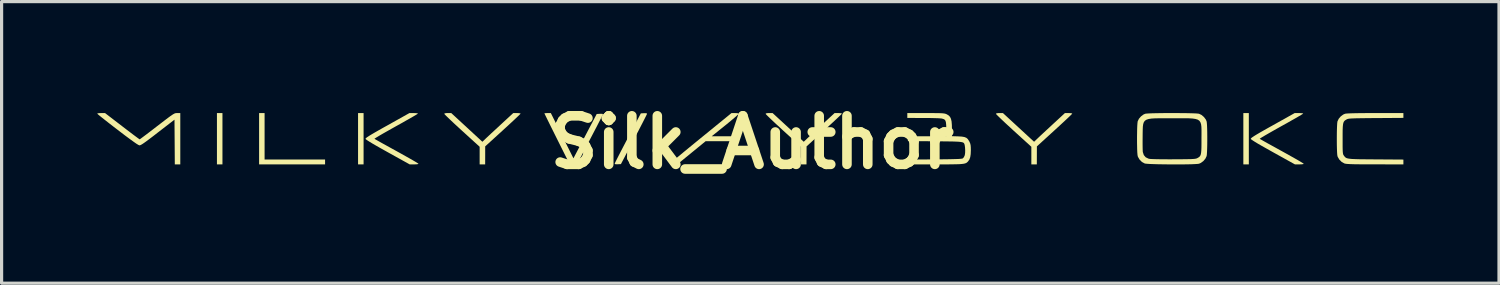
<source format=kicad_pcb>
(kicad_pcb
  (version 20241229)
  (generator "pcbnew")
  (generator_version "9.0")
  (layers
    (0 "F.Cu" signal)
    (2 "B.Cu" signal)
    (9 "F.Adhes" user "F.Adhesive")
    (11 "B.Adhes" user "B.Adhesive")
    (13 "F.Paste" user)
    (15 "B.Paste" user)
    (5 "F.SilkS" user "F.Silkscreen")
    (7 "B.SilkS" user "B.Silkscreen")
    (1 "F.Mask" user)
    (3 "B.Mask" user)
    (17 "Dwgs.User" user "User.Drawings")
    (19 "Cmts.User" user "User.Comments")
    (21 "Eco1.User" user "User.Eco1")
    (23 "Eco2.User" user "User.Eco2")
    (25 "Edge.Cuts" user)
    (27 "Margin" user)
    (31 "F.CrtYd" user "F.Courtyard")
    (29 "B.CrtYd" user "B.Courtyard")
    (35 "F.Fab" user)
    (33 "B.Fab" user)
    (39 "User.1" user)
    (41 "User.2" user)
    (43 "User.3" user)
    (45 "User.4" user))
  (footprint "Silk_Author"
    (layer "F.Cu")
    (at 20.55 1.418)
    (property "Reference" "Silk_Author" (at 0 0 0) (layer "F.SilkS") (effects (font (size 1.524 1.524) (thickness 0.3))))
    (attr board_only exclude_from_pos_files exclude_from_bom)
    (fp_poly (pts (xy -16.62 0.69) (xy -16.793 0.69) (xy -16.793 -0.92) (xy -16.62 -0.92)) (stroke (width 0) (type solid)) (fill yes) (layer "F.SilkS"))
    (fp_poly (pts (xy -12.192 0.69) (xy -12.365 0.69) (xy -12.365 -0.92) (xy -12.192 -0.92)) (stroke (width 0) (type solid)) (fill yes) (layer "F.SilkS"))
    (fp_poly (pts (xy 15.585 0.69) (xy 15.413 0.69) (xy 15.413 -0.92) (xy 15.585 -0.92)) (stroke (width 0) (type solid)) (fill yes) (layer "F.SilkS"))
    (fp_poly (pts (xy -15.298 0.537) (xy -13.4 0.537) (xy -13.4 0.69) (xy -15.47 0.69) (xy -15.47 -0.92) (xy -15.298 -0.92)) (stroke (width 0) (type solid)) (fill yes) (layer "F.SilkS"))
    (fp_poly (pts (xy -3.303 -0.908) (xy -3.298 -0.897) (xy -3.307 -0.876) (xy -3.332 -0.824) (xy -3.372 -0.745) (xy -3.424 -0.642) (xy -3.487 -0.52) (xy -3.558 -0.382) (xy -3.638 -0.23) (xy -3.708 -0.096) (xy -4.117 0.681) (xy -4.215 0.686) (xy -4.277 0.687) (xy -4.308 0.678) (xy -4.312 0.667) (xy -4.304 0.646) (xy -4.279 0.594) (xy -4.239 0.515) (xy -4.187 0.413) (xy -4.124 0.29) (xy -4.052 0.152) (xy -3.973 0.001) (xy -3.902 -0.134) (xy -3.492 -0.911) (xy -3.394 -0.916) (xy -3.333 -0.917)) (stroke (width 0) (type solid)) (fill yes) (layer "F.SilkS"))
    (fp_poly (pts (xy -5.607 0.499) (xy -5.242 -0.196) (xy -4.877 -0.891) (xy -4.777 -0.897) (xy -4.722 -0.898) (xy -4.686 -0.893) (xy -4.678 -0.888) (xy -4.687 -0.868) (xy -4.712 -0.818) (xy -4.751 -0.741) (xy -4.803 -0.64) (xy -4.865 -0.519) (xy -4.937 -0.381) (xy -5.015 -0.231) (xy -5.086 -0.096) (xy -5.492 0.681) (xy -5.722 0.692) (xy -6.12 -0.105) (xy -6.201 -0.267) (xy -6.276 -0.418) (xy -6.344 -0.555) (xy -6.403 -0.675) (xy -6.452 -0.774) (xy -6.488 -0.848) (xy -6.511 -0.895) (xy -6.518 -0.911) (xy -6.5 -0.916) (xy -6.456 -0.919) (xy -6.417 -0.92) (xy -6.316 -0.92)) (stroke (width 0) (type solid)) (fill yes) (layer "F.SilkS"))
    (fp_poly (pts (xy -0.464 -0.917) (xy -0.429 -0.907) (xy -0.423 -0.896) (xy -0.438 -0.878) (xy -0.479 -0.84) (xy -0.542 -0.784) (xy -0.624 -0.715) (xy -0.721 -0.634) (xy -0.828 -0.546) (xy -0.846 -0.532) (xy -1.269 -0.192) (xy -0.479 -0.192) (xy -0.479 -0.038) (xy -1.458 -0.038) (xy -1.903 0.326) (xy -2.348 0.689) (xy -2.47 0.69) (xy -2.535 0.687) (xy -2.575 0.68) (xy -2.585 0.671) (xy -2.569 0.656) (xy -2.526 0.619) (xy -2.459 0.562) (xy -2.369 0.487) (xy -2.259 0.396) (xy -2.132 0.291) (xy -1.99 0.174) (xy -1.836 0.048) (xy -1.672 -0.086) (xy -1.613 -0.134) (xy -0.648 -0.92) (xy -0.535 -0.92)) (stroke (width 0) (type solid)) (fill yes) (layer "F.SilkS"))
    (fp_poly (pts (xy 1.62 -0.02) (xy 1.716 -0.112) (xy 1.756 -0.15) (xy 1.819 -0.21) (xy 1.901 -0.286) (xy 1.996 -0.374) (xy 2.1 -0.47) (xy 2.199 -0.562) (xy 2.587 -0.92) (xy 2.703 -0.92) (xy 2.763 -0.918) (xy 2.805 -0.911) (xy 2.818 -0.904) (xy 2.804 -0.887) (xy 2.765 -0.848) (xy 2.704 -0.789) (xy 2.623 -0.713) (xy 2.526 -0.623) (xy 2.416 -0.521) (xy 2.296 -0.411) (xy 2.263 -0.381) (xy 1.708 0.125) (xy 1.707 0.407) (xy 1.706 0.69) (xy 1.534 0.69) (xy 1.534 0.137) (xy 0.979 -0.367) (xy 0.857 -0.48) (xy 0.743 -0.584) (xy 0.642 -0.679) (xy 0.557 -0.76) (xy 0.49 -0.825) (xy 0.445 -0.87) (xy 0.424 -0.894) (xy 0.423 -0.896) (xy 0.438 -0.911) (xy 0.486 -0.919) (xy 0.532 -0.92) (xy 0.643 -0.92)) (stroke (width 0) (type solid)) (fill yes) (layer "F.SilkS"))
    (fp_poly (pts (xy 8.847 -0.02) (xy 8.943 -0.112) (xy 8.983 -0.15) (xy 9.046 -0.21) (xy 9.128 -0.286) (xy 9.223 -0.374) (xy 9.327 -0.47) (xy 9.426 -0.562) (xy 9.814 -0.92) (xy 9.93 -0.92) (xy 9.99 -0.918) (xy 10.032 -0.911) (xy 10.045 -0.904) (xy 10.031 -0.887) (xy 9.992 -0.848) (xy 9.931 -0.789) (xy 9.85 -0.713) (xy 9.753 -0.623) (xy 9.643 -0.521) (xy 9.523 -0.411) (xy 9.49 -0.381) (xy 8.935 0.125) (xy 8.934 0.407) (xy 8.933 0.69) (xy 8.761 0.69) (xy 8.761 0.137) (xy 8.206 -0.367) (xy 8.084 -0.48) (xy 7.97 -0.584) (xy 7.869 -0.679) (xy 7.784 -0.76) (xy 7.717 -0.825) (xy 7.672 -0.87) (xy 7.651 -0.894) (xy 7.65 -0.896) (xy 7.665 -0.911) (xy 7.713 -0.919) (xy 7.759 -0.92) (xy 7.87 -0.92)) (stroke (width 0) (type solid)) (fill yes) (layer "F.SilkS"))
    (fp_poly (pts (xy -8.952 -0.47) (xy -8.464 -0.02) (xy -8.368 -0.112) (xy -8.328 -0.15) (xy -8.264 -0.21) (xy -8.183 -0.286) (xy -8.087 -0.374) (xy -7.983 -0.47) (xy -7.884 -0.562) (xy -7.496 -0.92) (xy -7.381 -0.92) (xy -7.32 -0.918) (xy -7.278 -0.911) (xy -7.265 -0.904) (xy -7.279 -0.887) (xy -7.318 -0.848) (xy -7.38 -0.789) (xy -7.46 -0.713) (xy -7.557 -0.623) (xy -7.667 -0.521) (xy -7.788 -0.411) (xy -7.82 -0.381) (xy -8.376 0.125) (xy -8.376 0.407) (xy -8.377 0.69) (xy -8.55 0.69) (xy -8.55 0.137) (xy -9.104 -0.367) (xy -9.227 -0.48) (xy -9.34 -0.584) (xy -9.441 -0.679) (xy -9.526 -0.76) (xy -9.593 -0.825) (xy -9.638 -0.87) (xy -9.659 -0.894) (xy -9.66 -0.896) (xy -9.646 -0.911) (xy -9.598 -0.919) (xy -9.551 -0.92) (xy -9.44 -0.92)) (stroke (width 0) (type solid)) (fill yes) (layer "F.SilkS"))
    (fp_poly (pts (xy -10.554 -0.918) (xy -10.506 -0.913) (xy -10.486 -0.905) (xy -10.486 -0.905) (xy -10.502 -0.892) (xy -10.548 -0.863) (xy -10.621 -0.82) (xy -10.717 -0.765) (xy -10.833 -0.699) (xy -10.964 -0.624) (xy -11.108 -0.544) (xy -11.175 -0.507) (xy -11.323 -0.424) (xy -11.459 -0.347) (xy -11.581 -0.278) (xy -11.684 -0.218) (xy -11.765 -0.17) (xy -11.821 -0.135) (xy -11.848 -0.115) (xy -11.851 -0.112) (xy -11.831 -0.101) (xy -11.782 -0.073) (xy -11.707 -0.03) (xy -11.609 0.025) (xy -11.491 0.09) (xy -11.359 0.163) (xy -11.214 0.243) (xy -11.157 0.274) (xy -11.009 0.356) (xy -10.872 0.433) (xy -10.749 0.502) (xy -10.644 0.562) (xy -10.561 0.611) (xy -10.503 0.647) (xy -10.473 0.666) (xy -10.47 0.669) (xy -10.484 0.681) (xy -10.535 0.688) (xy -10.604 0.69) (xy -10.745 0.69) (xy -11.435 0.307) (xy -11.628 0.199) (xy -11.787 0.109) (xy -11.915 0.035) (xy -12.012 -0.024) (xy -12.08 -0.068) (xy -12.119 -0.097) (xy -12.131 -0.111) (xy -12.126 -0.124) (xy -12.108 -0.142) (xy -12.074 -0.168) (xy -12.02 -0.203) (xy -11.945 -0.249) (xy -11.846 -0.307) (xy -11.72 -0.379) (xy -11.564 -0.467) (xy -11.445 -0.533) (xy -10.754 -0.92) (xy -10.62 -0.92)) (stroke (width 0) (type solid)) (fill yes) (layer "F.SilkS"))
    (fp_poly (pts (xy 17.223 -0.918) (xy 17.271 -0.913) (xy 17.291 -0.905) (xy 17.291 -0.905) (xy 17.275 -0.892) (xy 17.229 -0.863) (xy 17.156 -0.82) (xy 17.06 -0.765) (xy 16.944 -0.699) (xy 16.813 -0.624) (xy 16.669 -0.544) (xy 16.602 -0.507) (xy 16.454 -0.424) (xy 16.318 -0.347) (xy 16.197 -0.278) (xy 16.093 -0.218) (xy 16.012 -0.17) (xy 15.956 -0.135) (xy 15.929 -0.115) (xy 15.927 -0.112) (xy 15.946 -0.101) (xy 15.995 -0.073) (xy 16.07 -0.03) (xy 16.168 0.025) (xy 16.286 0.09) (xy 16.419 0.163) (xy 16.563 0.243) (xy 16.62 0.274) (xy 16.768 0.356) (xy 16.905 0.433) (xy 17.028 0.502) (xy 17.133 0.562) (xy 17.216 0.611) (xy 17.274 0.647) (xy 17.304 0.666) (xy 17.307 0.669) (xy 17.293 0.681) (xy 17.242 0.688) (xy 17.173 0.69) (xy 17.032 0.69) (xy 16.342 0.307) (xy 16.15 0.199) (xy 15.99 0.109) (xy 15.862 0.035) (xy 15.765 -0.024) (xy 15.697 -0.068) (xy 15.658 -0.097) (xy 15.646 -0.111) (xy 15.651 -0.124) (xy 15.669 -0.142) (xy 15.704 -0.168) (xy 15.757 -0.203) (xy 15.832 -0.249) (xy 15.931 -0.307) (xy 16.057 -0.379) (xy 16.213 -0.467) (xy 16.332 -0.533) (xy 17.023 -0.92) (xy 17.157 -0.92)) (stroke (width 0) (type solid)) (fill yes) (layer "F.SilkS"))
    (fp_poly (pts (xy -19.767 -0.508) (xy -19.642 -0.412) (xy -19.527 -0.325) (xy -19.425 -0.247) (xy -19.339 -0.183) (xy -19.274 -0.135) (xy -19.232 -0.105) (xy -19.218 -0.096) (xy -19.2 -0.107) (xy -19.156 -0.139) (xy -19.088 -0.19) (xy -19.001 -0.255) (xy -18.897 -0.334) (xy -18.781 -0.423) (xy -18.671 -0.508) (xy -18.529 -0.617) (xy -18.414 -0.705) (xy -18.323 -0.774) (xy -18.252 -0.826) (xy -18.197 -0.864) (xy -18.155 -0.89) (xy -18.122 -0.907) (xy -18.096 -0.916) (xy -18.071 -0.919) (xy -18.046 -0.92) (xy -18.039 -0.92) (xy -17.943 -0.92) (xy -17.943 0.69) (xy -18.115 0.69) (xy -18.12 -0.012) (xy -18.125 -0.713) (xy -18.65 -0.308) (xy -18.794 -0.196) (xy -18.912 -0.107) (xy -19.005 -0.037) (xy -19.078 0.015) (xy -19.133 0.052) (xy -19.174 0.076) (xy -19.203 0.089) (xy -19.224 0.092) (xy -19.228 0.092) (xy -19.26 0.078) (xy -19.322 0.04) (xy -19.412 -0.023) (xy -19.532 -0.11) (xy -19.682 -0.221) (xy -19.86 -0.357) (xy -19.916 -0.4) (xy -20.052 -0.504) (xy -20.178 -0.602) (xy -20.29 -0.69) (xy -20.387 -0.766) (xy -20.464 -0.828) (xy -20.518 -0.873) (xy -20.546 -0.899) (xy -20.55 -0.903) (xy -20.533 -0.912) (xy -20.487 -0.918) (xy -20.427 -0.92) (xy -20.304 -0.92)) (stroke (width 0) (type solid)) (fill yes) (layer "F.SilkS"))
    (fp_poly (pts (xy 20.435 -0.769) (xy 19.577 -0.763) (xy 19.372 -0.762) (xy 19.201 -0.76) (xy 19.061 -0.758) (xy 18.949 -0.756) (xy 18.862 -0.753) (xy 18.795 -0.75) (xy 18.745 -0.746) (xy 18.709 -0.741) (xy 18.683 -0.734) (xy 18.664 -0.727) (xy 18.657 -0.723) (xy 18.619 -0.701) (xy 18.59 -0.679) (xy 18.567 -0.65) (xy 18.551 -0.612) (xy 18.54 -0.559) (xy 18.533 -0.486) (xy 18.529 -0.388) (xy 18.528 -0.262) (xy 18.528 -0.112) (xy 18.528 0.035) (xy 18.528 0.149) (xy 18.53 0.235) (xy 18.533 0.297) (xy 18.538 0.341) (xy 18.544 0.372) (xy 18.554 0.394) (xy 18.566 0.413) (xy 18.568 0.416) (xy 18.587 0.441) (xy 18.606 0.462) (xy 18.628 0.48) (xy 18.657 0.494) (xy 18.696 0.505) (xy 18.749 0.513) (xy 18.818 0.52) (xy 18.909 0.524) (xy 19.023 0.528) (xy 19.165 0.53) (xy 19.337 0.531) (xy 19.544 0.533) (xy 19.577 0.533) (xy 20.435 0.539) (xy 20.435 0.69) (xy 19.548 0.689) (xy 19.331 0.689) (xy 19.149 0.688) (xy 18.998 0.687) (xy 18.877 0.685) (xy 18.781 0.682) (xy 18.707 0.678) (xy 18.652 0.674) (xy 18.613 0.668) (xy 18.587 0.662) (xy 18.585 0.661) (xy 18.5 0.614) (xy 18.426 0.541) (xy 18.375 0.455) (xy 18.366 0.428) (xy 18.359 0.383) (xy 18.354 0.307) (xy 18.35 0.206) (xy 18.347 0.088) (xy 18.346 -0.041) (xy 18.346 -0.174) (xy 18.347 -0.305) (xy 18.35 -0.425) (xy 18.354 -0.528) (xy 18.359 -0.608) (xy 18.366 -0.657) (xy 18.367 -0.661) (xy 18.406 -0.742) (xy 18.47 -0.817) (xy 18.549 -0.875) (xy 18.605 -0.899) (xy 18.647 -0.905) (xy 18.727 -0.91) (xy 18.846 -0.914) (xy 19.001 -0.917) (xy 19.194 -0.919) (xy 19.424 -0.92) (xy 19.558 -0.92) (xy 20.435 -0.92)) (stroke (width 0) (type solid)) (fill yes) (layer "F.SilkS"))
    (fp_poly (pts (xy 5.613 -0.92) (xy 5.744 -0.919) (xy 5.847 -0.918) (xy 5.925 -0.916) (xy 5.983 -0.912) (xy 6.026 -0.907) (xy 6.059 -0.9) (xy 6.085 -0.891) (xy 6.108 -0.881) (xy 6.167 -0.845) (xy 6.21 -0.8) (xy 6.239 -0.739) (xy 6.258 -0.657) (xy 6.267 -0.547) (xy 6.269 -0.437) (xy 6.269 -0.195) (xy 6.468 -0.189) (xy 6.58 -0.182) (xy 6.662 -0.168) (xy 6.721 -0.144) (xy 6.767 -0.104) (xy 6.806 -0.045) (xy 6.82 -0.019) (xy 6.842 0.032) (xy 6.855 0.086) (xy 6.861 0.155) (xy 6.863 0.241) (xy 6.858 0.366) (xy 6.844 0.461) (xy 6.819 0.533) (xy 6.779 0.591) (xy 6.779 0.592) (xy 6.758 0.614) (xy 6.737 0.633) (xy 6.712 0.648) (xy 6.68 0.66) (xy 6.637 0.67) (xy 6.579 0.677) (xy 6.504 0.683) (xy 6.408 0.686) (xy 6.287 0.688) (xy 6.138 0.69) (xy 5.958 0.69) (xy 5.743 0.69) (xy 4.869 0.69) (xy 4.869 0.539) (xy 5.717 0.533) (xy 5.935 0.531) (xy 6.117 0.529) (xy 6.266 0.526) (xy 6.384 0.523) (xy 6.475 0.52) (xy 6.54 0.515) (xy 6.583 0.51) (xy 6.606 0.504) (xy 6.608 0.503) (xy 6.643 0.466) (xy 6.67 0.407) (xy 6.673 0.397) (xy 6.683 0.33) (xy 6.685 0.244) (xy 6.68 0.155) (xy 6.669 0.08) (xy 6.66 0.052) (xy 6.652 0.033) (xy 6.64 0.018) (xy 6.621 0.005) (xy 6.592 -0.005) (xy 6.549 -0.013) (xy 6.49 -0.02) (xy 6.41 -0.024) (xy 6.306 -0.028) (xy 6.176 -0.03) (xy 6.015 -0.032) (xy 5.821 -0.034) (xy 5.727 -0.035) (xy 4.888 -0.041) (xy 4.888 -0.192) (xy 6.099 -0.192) (xy 6.093 -0.431) (xy 6.089 -0.542) (xy 6.082 -0.621) (xy 6.068 -0.674) (xy 6.046 -0.709) (xy 6.012 -0.73) (xy 5.964 -0.745) (xy 5.95 -0.749) (xy 5.911 -0.753) (xy 5.839 -0.758) (xy 5.742 -0.761) (xy 5.624 -0.764) (xy 5.492 -0.766) (xy 5.372 -0.766) (xy 4.869 -0.767) (xy 4.869 -0.92) (xy 5.448 -0.92)) (stroke (width 0) (type solid)) (fill yes) (layer "F.SilkS"))
    (fp_poly (pts (xy 13.288 -0.92) (xy 13.446 -0.919) (xy 13.595 -0.918) (xy 13.731 -0.915) (xy 13.847 -0.912) (xy 13.938 -0.908) (xy 14 -0.902) (xy 14.022 -0.899) (xy 14.103 -0.86) (xy 14.178 -0.795) (xy 14.236 -0.717) (xy 14.26 -0.661) (xy 14.267 -0.615) (xy 14.273 -0.538) (xy 14.277 -0.437) (xy 14.28 -0.318) (xy 14.281 -0.188) (xy 14.281 -0.055) (xy 14.28 0.076) (xy 14.277 0.196) (xy 14.273 0.3) (xy 14.268 0.379) (xy 14.261 0.428) (xy 14.26 0.431) (xy 14.221 0.512) (xy 14.157 0.587) (xy 14.078 0.645) (xy 14.022 0.669) (xy 13.979 0.675) (xy 13.904 0.68) (xy 13.801 0.685) (xy 13.677 0.688) (xy 13.535 0.69) (xy 13.381 0.691) (xy 13.22 0.691) (xy 13.058 0.69) (xy 12.9 0.688) (xy 12.75 0.686) (xy 12.614 0.682) (xy 12.497 0.678) (xy 12.404 0.672) (xy 12.341 0.666) (xy 12.317 0.661) (xy 12.231 0.614) (xy 12.158 0.541) (xy 12.107 0.455) (xy 12.098 0.428) (xy 12.091 0.383) (xy 12.085 0.307) (xy 12.081 0.206) (xy 12.079 0.088) (xy 12.078 0.062) (xy 12.252 0.062) (xy 12.253 0.165) (xy 12.255 0.246) (xy 12.258 0.297) (xy 12.259 0.303) (xy 12.29 0.398) (xy 12.349 0.467) (xy 12.435 0.509) (xy 12.47 0.517) (xy 12.512 0.521) (xy 12.586 0.524) (xy 12.689 0.527) (xy 12.815 0.529) (xy 12.958 0.53) (xy 13.113 0.531) (xy 13.237 0.53) (xy 13.417 0.529) (xy 13.563 0.528) (xy 13.679 0.526) (xy 13.769 0.524) (xy 13.837 0.52) (xy 13.887 0.516) (xy 13.922 0.51) (xy 13.948 0.503) (xy 13.968 0.494) (xy 13.97 0.493) (xy 14.008 0.471) (xy 14.038 0.448) (xy 14.06 0.42) (xy 14.076 0.382) (xy 14.087 0.328) (xy 14.094 0.255) (xy 14.098 0.157) (xy 14.099 0.03) (xy 14.099 -0.115) (xy 14.1 -0.263) (xy 14.1 -0.386) (xy 14.097 -0.487) (xy 14.087 -0.568) (xy 14.066 -0.631) (xy 14.033 -0.679) (xy 13.983 -0.713) (xy 13.913 -0.735) (xy 13.821 -0.749) (xy 13.703 -0.756) (xy 13.556 -0.758) (xy 13.376 -0.758) (xy 13.179 -0.757) (xy 12.968 -0.758) (xy 12.792 -0.757) (xy 12.647 -0.755) (xy 12.531 -0.748) (xy 12.441 -0.734) (xy 12.373 -0.712) (xy 12.324 -0.68) (xy 12.291 -0.635) (xy 12.271 -0.575) (xy 12.26 -0.499) (xy 12.256 -0.405) (xy 12.254 -0.291) (xy 12.253 -0.183) (xy 12.252 -0.057) (xy 12.252 0.062) (xy 12.078 0.062) (xy 12.077 -0.041) (xy 12.077 -0.174) (xy 12.079 -0.305) (xy 12.081 -0.425) (xy 12.085 -0.528) (xy 12.091 -0.608) (xy 12.097 -0.657) (xy 12.098 -0.661) (xy 12.137 -0.742) (xy 12.202 -0.817) (xy 12.28 -0.875) (xy 12.336 -0.899) (xy 12.376 -0.904) (xy 12.449 -0.909) (xy 12.549 -0.913) (xy 12.673 -0.916) (xy 12.814 -0.918) (xy 12.966 -0.92) (xy 13.126 -0.921)) (stroke (width 0) (type solid)) (fill yes) (layer "F.SilkS")))
  (gr_rect
    (start -3 -3)
    (end 43.985 5.836)
    (stroke (width 0.1) (type default))
    (fill no)
    (layer "Edge.Cuts")))
</source>
